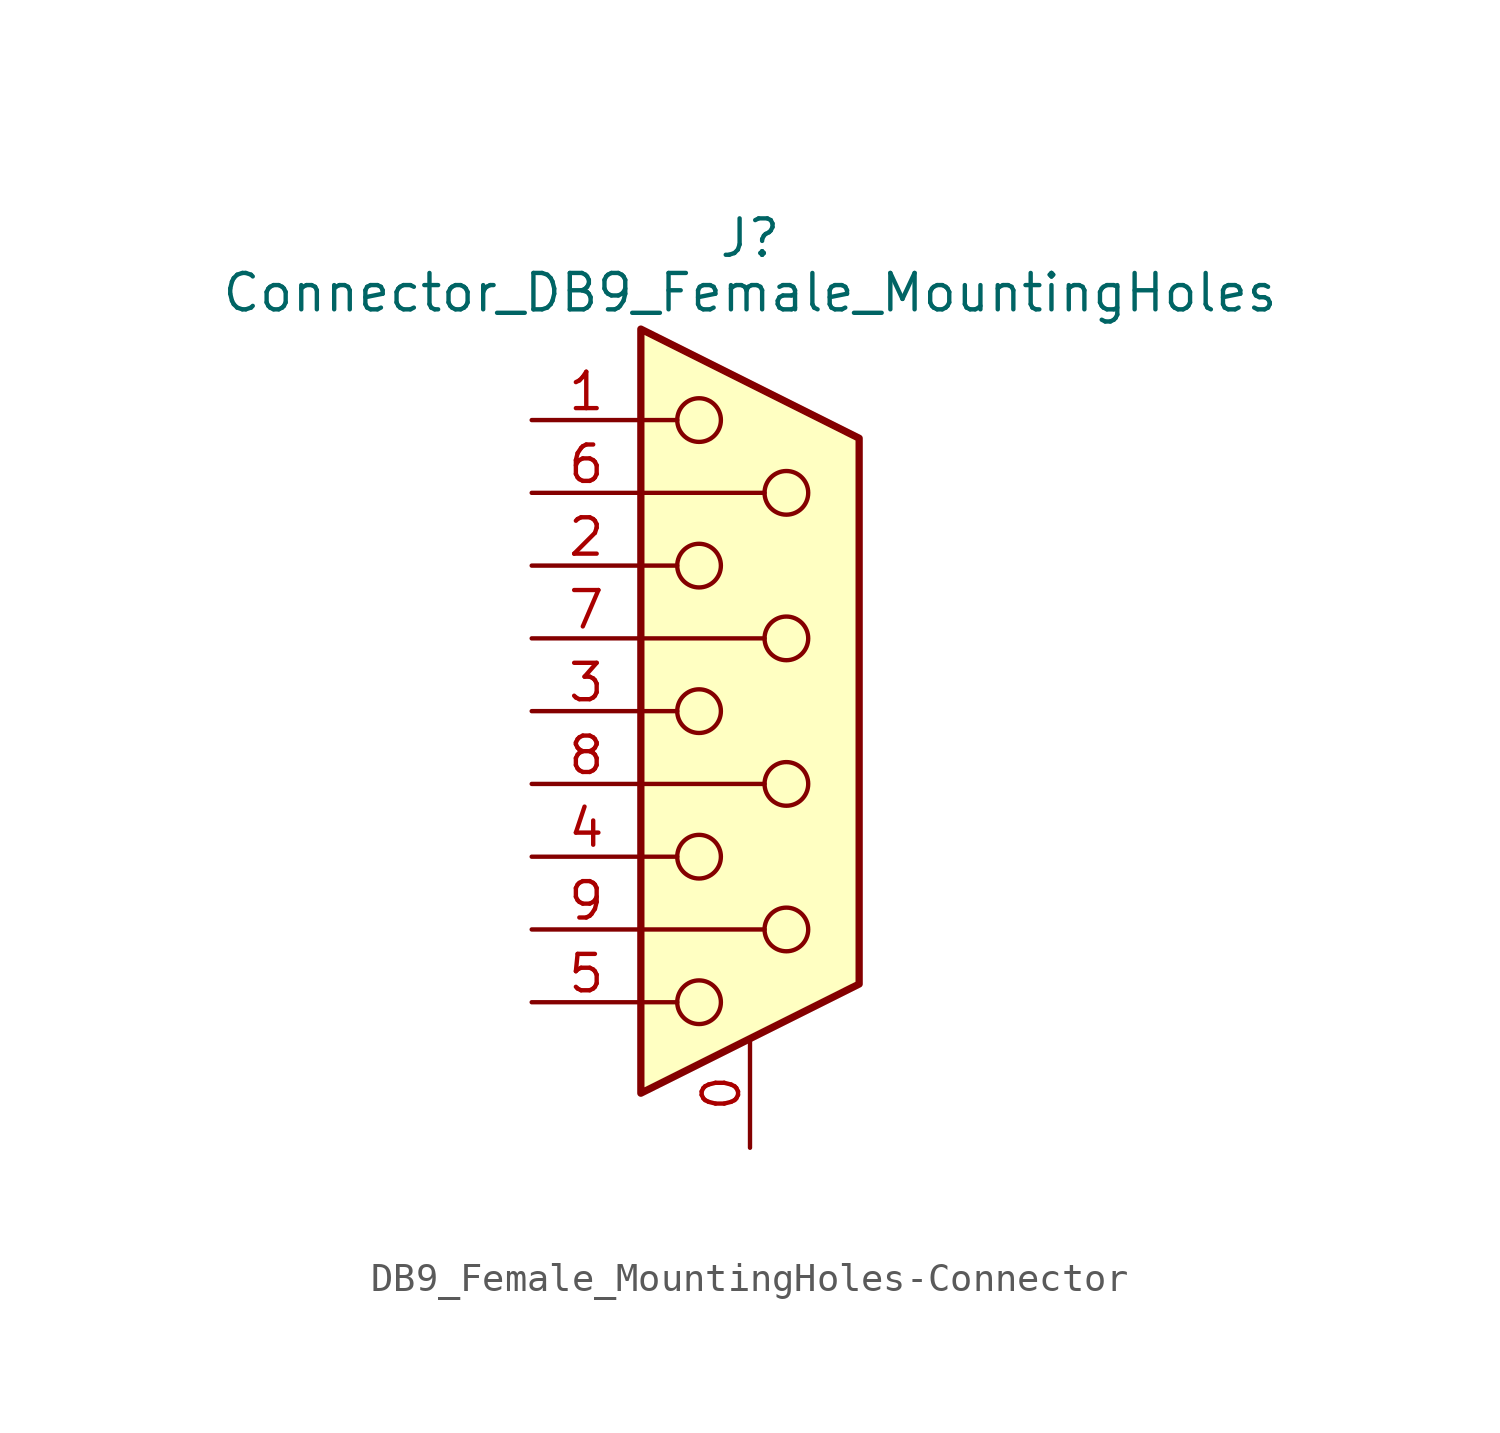
<source format=kicad_sym>
(kicad_symbol_lib
  (version 20220914)
  (generator kicad_symbol_editor)
  (symbol "DB9_Female_MountingHoles-Connector"
    (pin_names
      (offset 1.016) hide)
    (property "Reference" "J"
      (at 0 16.51 0)
      (effects (font (size 1.27 1.27))))
    (property "Value" "Connector_DB9_Female_MountingHoles"
      (at 0 14.605 0)
      (effects (font (size 1.27 1.27))))
    (symbol "DB9_Female_MountingHoles-Connector_0_1"
      (circle (center -1.778 -10.16) (radius 0.762) (stroke (width 0) (type solid)) (fill (type none)))
      (circle (center -1.778 -5.08) (radius 0.762) (stroke (width 0) (type solid)) (fill (type none)))
      (circle (center -1.778 0) (radius 0.762) (stroke (width 0) (type solid)) (fill (type none)))
      (circle (center -1.778 5.08) (radius 0.762) (stroke (width 0) (type solid)) (fill (type none)))
      (circle (center -1.778 10.16) (radius 0.762) (stroke (width 0) (type solid)) (fill (type none)))
      (polyline (pts (xy -3.81 -10.16) (xy -2.54 -10.16)) (stroke (width 0) (type solid)) (fill (type none)))
      (polyline (pts (xy -3.81 -7.62) (xy 0.508 -7.62)) (stroke (width 0) (type solid)) (fill (type none)))
      (polyline (pts (xy -3.81 -5.08) (xy -2.54 -5.08)) (stroke (width 0) (type solid)) (fill (type none)))
      (polyline (pts (xy -3.81 -2.54) (xy 0.508 -2.54)) (stroke (width 0) (type solid)) (fill (type none)))
      (polyline (pts (xy -3.81 0) (xy -2.54 0)) (stroke (width 0) (type solid)) (fill (type none)))
      (polyline (pts (xy -3.81 2.54) (xy 0.508 2.54)) (stroke (width 0) (type solid)) (fill (type none)))
      (polyline (pts (xy -3.81 5.08) (xy -2.54 5.08)) (stroke (width 0) (type solid)) (fill (type none)))
      (polyline (pts (xy -3.81 7.62) (xy 0.508 7.62)) (stroke (width 0) (type solid)) (fill (type none)))
      (polyline (pts (xy -3.81 10.16) (xy -2.54 10.16)) (stroke (width 0) (type solid)) (fill (type none)))
      (polyline (pts (xy -3.81 13.335) (xy -3.81 -13.335) (xy 3.81 -9.525) (xy 3.81 9.525) (xy -3.81 13.335)) (stroke (width 0.254) (type solid)) (fill (type background)))
      (circle (center 1.27 -7.62) (radius 0.762) (stroke (width 0) (type solid)) (fill (type none)))
      (circle (center 1.27 -2.54) (radius 0.762) (stroke (width 0) (type solid)) (fill (type none)))
      (circle (center 1.27 2.54) (radius 0.762) (stroke (width 0) (type solid)) (fill (type none)))
      (circle (center 1.27 7.62) (radius 0.762) (stroke (width 0) (type solid)) (fill (type none))))
    (symbol "DB9_Female_MountingHoles-Connector_1_1"
      (pin passive line (at 0 -15.24 90) (length 3.81) (name "PAD" (effects (font (size 1.27 1.27)))) (number "0" (effects (font (size 1.27 1.27)))))
      (pin passive line (at -7.62 10.16 0) (length 3.81) (name "1" (effects (font (size 1.27 1.27)))) (number "1" (effects (font (size 1.27 1.27)))))
      (pin passive line (at -7.62 5.08 0) (length 3.81) (name "2" (effects (font (size 1.27 1.27)))) (number "2" (effects (font (size 1.27 1.27)))))
      (pin passive line (at -7.62 0 0) (length 3.81) (name "3" (effects (font (size 1.27 1.27)))) (number "3" (effects (font (size 1.27 1.27)))))
      (pin passive line (at -7.62 -5.08 0) (length 3.81) (name "4" (effects (font (size 1.27 1.27)))) (number "4" (effects (font (size 1.27 1.27)))))
      (pin passive line (at -7.62 -10.16 0) (length 3.81) (name "5" (effects (font (size 1.27 1.27)))) (number "5" (effects (font (size 1.27 1.27)))))
      (pin passive line (at -7.62 7.62 0) (length 3.81) (name "6" (effects (font (size 1.27 1.27)))) (number "6" (effects (font (size 1.27 1.27)))))
      (pin passive line (at -7.62 2.54 0) (length 3.81) (name "7" (effects (font (size 1.27 1.27)))) (number "7" (effects (font (size 1.27 1.27)))))
      (pin passive line (at -7.62 -2.54 0) (length 3.81) (name "8" (effects (font (size 1.27 1.27)))) (number "8" (effects (font (size 1.27 1.27)))))
      (pin passive line (at -7.62 -7.62 0) (length 3.81) (name "9" (effects (font (size 1.27 1.27)))) (number "9" (effects (font (size 1.27 1.27))))))))
</source>
